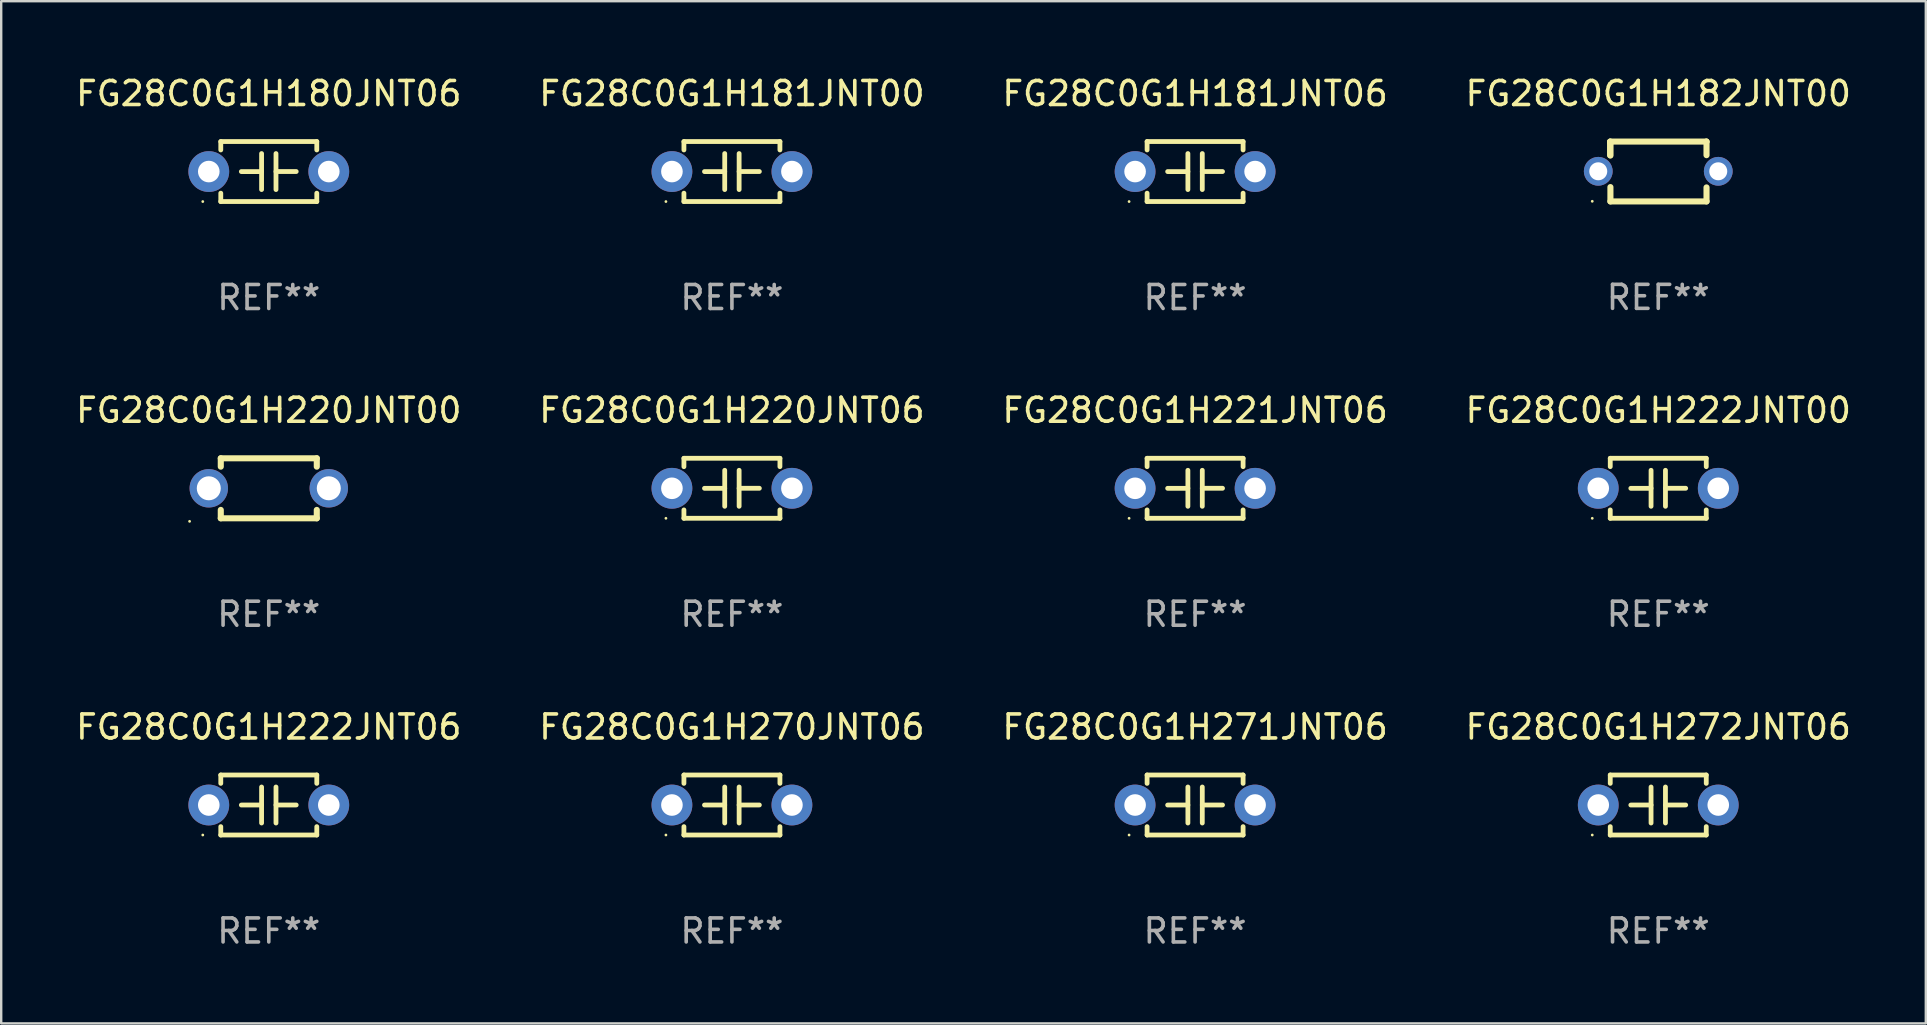
<source format=kicad_pcb>
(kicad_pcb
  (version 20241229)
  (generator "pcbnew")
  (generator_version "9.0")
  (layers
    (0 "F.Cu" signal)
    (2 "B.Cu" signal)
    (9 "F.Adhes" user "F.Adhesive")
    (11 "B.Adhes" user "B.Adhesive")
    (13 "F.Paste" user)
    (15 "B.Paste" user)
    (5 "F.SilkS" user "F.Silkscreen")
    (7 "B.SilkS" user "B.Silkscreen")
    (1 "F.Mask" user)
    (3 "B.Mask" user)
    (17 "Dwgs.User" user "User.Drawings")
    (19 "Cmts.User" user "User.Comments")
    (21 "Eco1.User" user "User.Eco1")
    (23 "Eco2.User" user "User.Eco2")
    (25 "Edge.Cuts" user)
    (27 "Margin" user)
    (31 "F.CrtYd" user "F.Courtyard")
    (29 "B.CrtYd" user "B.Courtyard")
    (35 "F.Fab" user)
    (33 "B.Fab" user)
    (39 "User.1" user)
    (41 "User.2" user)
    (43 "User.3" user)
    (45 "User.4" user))
  (footprint "FG28C0G1H181JNT06"
    (layer "F.Cu")
    (at 46.744 4.098)
    (property "Reference" "FG28C0G1H181JNT06" (at 0 -3.25 0) (layer "F.SilkS") (effects (font (size 1 1) (thickness 0.15))))
    (attr through_hole)
    (fp_line (start -2 -1.25) (end -2 -0.901) (stroke (width 0.2) (type solid)) (layer "F.SilkS"))
    (fp_line (start -2 -1.25) (end 2 -1.25) (stroke (width 0.2) (type solid)) (layer "F.SilkS"))
    (fp_line (start -2 0.901) (end -2 1.25) (stroke (width 0.2) (type solid)) (layer "F.SilkS"))
    (fp_line (start -0.3 -0.75) (end -0.3 0.75) (stroke (width 0.2) (type solid)) (layer "F.SilkS"))
    (fp_line (start -0.3 0.001) (end -1.143 0.001) (stroke (width 0.2) (type solid)) (layer "F.SilkS"))
    (fp_line (start 0.3 -0.001) (end 1.143 -0.001) (stroke (width 0.2) (type solid)) (layer "F.SilkS"))
    (fp_line (start 0.3 0.75) (end 0.3 -0.75) (stroke (width 0.2) (type solid)) (layer "F.SilkS"))
    (fp_line (start 2 -1.25) (end 2 -0.901) (stroke (width 0.2) (type solid)) (layer "F.SilkS"))
    (fp_line (start 2 0.901) (end 2 1.25) (stroke (width 0.2) (type solid)) (layer "F.SilkS"))
    (fp_line (start 2 1.25) (end -2 1.25) (stroke (width 0.2) (type solid)) (layer "F.SilkS"))
    (fp_circle (center -2.75 1.25) (end -2.72 1.25) (stroke (width 0.06) (type solid)) (fill no) (layer "F.SilkS"))
    (fp_text user "REF**" (at 0 5.25 0) (layer "F.Fab") (effects (font (size 1 1) (thickness 0.15))))
    (pad "1" thru_hole circle (at -2.5 0) (size 1.7 1.7) (drill 0.9) (layers "*.Cu" "*.Mask"))
    (pad "2" thru_hole circle (at 2.5 0) (size 1.7 1.7) (drill 0.9) (layers "*.Cu" "*.Mask")))
  (footprint "FG28C0G1H272JNT06"
    (layer "F.Cu")
    (at 66.042 30.491)
    (property "Reference" "FG28C0G1H272JNT06" (at 0 -3.25 0) (layer "F.SilkS") (effects (font (size 1 1) (thickness 0.15))))
    (attr through_hole)
    (fp_line (start -2 -1.25) (end -2 -0.901) (stroke (width 0.2) (type solid)) (layer "F.SilkS"))
    (fp_line (start -2 -1.25) (end 2 -1.25) (stroke (width 0.2) (type solid)) (layer "F.SilkS"))
    (fp_line (start -2 0.901) (end -2 1.25) (stroke (width 0.2) (type solid)) (layer "F.SilkS"))
    (fp_line (start -0.3 -0.75) (end -0.3 0.75) (stroke (width 0.2) (type solid)) (layer "F.SilkS"))
    (fp_line (start -0.3 0.001) (end -1.143 0.001) (stroke (width 0.2) (type solid)) (layer "F.SilkS"))
    (fp_line (start 0.3 -0.001) (end 1.143 -0.001) (stroke (width 0.2) (type solid)) (layer "F.SilkS"))
    (fp_line (start 0.3 0.75) (end 0.3 -0.75) (stroke (width 0.2) (type solid)) (layer "F.SilkS"))
    (fp_line (start 2 -1.25) (end 2 -0.901) (stroke (width 0.2) (type solid)) (layer "F.SilkS"))
    (fp_line (start 2 0.901) (end 2 1.25) (stroke (width 0.2) (type solid)) (layer "F.SilkS"))
    (fp_line (start 2 1.25) (end -2 1.25) (stroke (width 0.2) (type solid)) (layer "F.SilkS"))
    (fp_circle (center -2.75 1.25) (end -2.72 1.25) (stroke (width 0.06) (type solid)) (fill no) (layer "F.SilkS"))
    (fp_text user "REF**" (at 0 5.25 0) (layer "F.Fab") (effects (font (size 1 1) (thickness 0.15))))
    (pad "1" thru_hole circle (at -2.5 0) (size 1.7 1.7) (drill 0.9) (layers "*.Cu" "*.Mask"))
    (pad "2" thru_hole circle (at 2.5 0) (size 1.7 1.7) (drill 0.9) (layers "*.Cu" "*.Mask")))
  (footprint "FG28C0G1H271JNT06"
    (layer "F.Cu")
    (at 46.744 30.491)
    (property "Reference" "FG28C0G1H271JNT06" (at 0 -3.25 0) (layer "F.SilkS") (effects (font (size 1 1) (thickness 0.15))))
    (attr through_hole)
    (fp_line (start -2 -1.25) (end -2 -0.901) (stroke (width 0.2) (type solid)) (layer "F.SilkS"))
    (fp_line (start -2 -1.25) (end 2 -1.25) (stroke (width 0.2) (type solid)) (layer "F.SilkS"))
    (fp_line (start -2 0.901) (end -2 1.25) (stroke (width 0.2) (type solid)) (layer "F.SilkS"))
    (fp_line (start -0.3 -0.75) (end -0.3 0.75) (stroke (width 0.2) (type solid)) (layer "F.SilkS"))
    (fp_line (start -0.3 0.001) (end -1.143 0.001) (stroke (width 0.2) (type solid)) (layer "F.SilkS"))
    (fp_line (start 0.3 -0.001) (end 1.143 -0.001) (stroke (width 0.2) (type solid)) (layer "F.SilkS"))
    (fp_line (start 0.3 0.75) (end 0.3 -0.75) (stroke (width 0.2) (type solid)) (layer "F.SilkS"))
    (fp_line (start 2 -1.25) (end 2 -0.901) (stroke (width 0.2) (type solid)) (layer "F.SilkS"))
    (fp_line (start 2 0.901) (end 2 1.25) (stroke (width 0.2) (type solid)) (layer "F.SilkS"))
    (fp_line (start 2 1.25) (end -2 1.25) (stroke (width 0.2) (type solid)) (layer "F.SilkS"))
    (fp_circle (center -2.75 1.25) (end -2.72 1.25) (stroke (width 0.06) (type solid)) (fill no) (layer "F.SilkS"))
    (fp_text user "REF**" (at 0 5.25 0) (layer "F.Fab") (effects (font (size 1 1) (thickness 0.15))))
    (pad "1" thru_hole circle (at -2.5 0) (size 1.7 1.7) (drill 0.9) (layers "*.Cu" "*.Mask"))
    (pad "2" thru_hole circle (at 2.5 0) (size 1.7 1.7) (drill 0.9) (layers "*.Cu" "*.Mask")))
  (footprint "FG28C0G1H181JNT00"
    (layer "F.Cu")
    (at 27.446 4.098)
    (property "Reference" "FG28C0G1H181JNT00" (at 0 -3.25 0) (layer "F.SilkS") (effects (font (size 1 1) (thickness 0.15))))
    (attr through_hole)
    (fp_line (start -2 -1.25) (end -2 -0.901) (stroke (width 0.2) (type solid)) (layer "F.SilkS"))
    (fp_line (start -2 -1.25) (end 2 -1.25) (stroke (width 0.2) (type solid)) (layer "F.SilkS"))
    (fp_line (start -2 0.901) (end -2 1.25) (stroke (width 0.2) (type solid)) (layer "F.SilkS"))
    (fp_line (start -0.3 -0.75) (end -0.3 0.75) (stroke (width 0.2) (type solid)) (layer "F.SilkS"))
    (fp_line (start -0.3 0.001) (end -1.143 0.001) (stroke (width 0.2) (type solid)) (layer "F.SilkS"))
    (fp_line (start 0.3 -0.001) (end 1.143 -0.001) (stroke (width 0.2) (type solid)) (layer "F.SilkS"))
    (fp_line (start 0.3 0.75) (end 0.3 -0.75) (stroke (width 0.2) (type solid)) (layer "F.SilkS"))
    (fp_line (start 2 -1.25) (end 2 -0.901) (stroke (width 0.2) (type solid)) (layer "F.SilkS"))
    (fp_line (start 2 0.901) (end 2 1.25) (stroke (width 0.2) (type solid)) (layer "F.SilkS"))
    (fp_line (start 2 1.25) (end -2 1.25) (stroke (width 0.2) (type solid)) (layer "F.SilkS"))
    (fp_circle (center -2.75 1.25) (end -2.72 1.25) (stroke (width 0.06) (type solid)) (fill no) (layer "F.SilkS"))
    (fp_text user "REF**" (at 0 5.25 0) (layer "F.Fab") (effects (font (size 1 1) (thickness 0.15))))
    (pad "1" thru_hole circle (at -2.5 0) (size 1.7 1.7) (drill 0.9) (layers "*.Cu" "*.Mask"))
    (pad "2" thru_hole circle (at 2.5 0) (size 1.7 1.7) (drill 0.9) (layers "*.Cu" "*.Mask")))
  (footprint "FG28C0G1H220JNT00"
    (layer "F.Cu")
    (at 8.149 17.295)
    (property "Reference" "FG28C0G1H220JNT00" (at 0 -3.25 0) (layer "F.SilkS") (effects (font (size 1 1) (thickness 0.15))))
    (attr through_hole)
    (fp_line (start -2 -1.25) (end -2 -0.901) (stroke (width 0.254) (type solid)) (layer "F.SilkS"))
    (fp_line (start -2 -1.25) (end 2 -1.25) (stroke (width 0.254) (type solid)) (layer "F.SilkS"))
    (fp_line (start -2 0.901) (end -2 1.25) (stroke (width 0.254) (type solid)) (layer "F.SilkS"))
    (fp_line (start 2 -1.25) (end 2 -0.901) (stroke (width 0.254) (type solid)) (layer "F.SilkS"))
    (fp_line (start 2 0.901) (end 2 1.25) (stroke (width 0.254) (type solid)) (layer "F.SilkS"))
    (fp_line (start 2 1.25) (end -2 1.25) (stroke (width 0.254) (type solid)) (layer "F.SilkS"))
    (fp_circle (center -3.3 1.377) (end -3.27 1.377) (stroke (width 0.06) (type solid)) (fill no) (layer "F.SilkS"))
    (fp_text user "REF**" (at 0 5.25 0) (layer "F.Fab") (effects (font (size 1 1) (thickness 0.15))))
    (pad "1" thru_hole circle (at -2.5 0) (size 1.6 1.6) (drill 1) (layers "*.Cu" "*.Mask"))
    (pad "2" thru_hole circle (at 2.5 0) (size 1.6 1.6) (drill 1) (layers "*.Cu" "*.Mask")))
  (footprint "FG28C0G1H222JNT00"
    (layer "F.Cu")
    (at 66.042 17.295)
    (property "Reference" "FG28C0G1H222JNT00" (at 0 -3.25 0) (layer "F.SilkS") (effects (font (size 1 1) (thickness 0.15))))
    (attr through_hole)
    (fp_line (start -2 -1.25) (end -2 -0.901) (stroke (width 0.2) (type solid)) (layer "F.SilkS"))
    (fp_line (start -2 -1.25) (end 2 -1.25) (stroke (width 0.2) (type solid)) (layer "F.SilkS"))
    (fp_line (start -2 0.901) (end -2 1.25) (stroke (width 0.2) (type solid)) (layer "F.SilkS"))
    (fp_line (start -0.3 -0.75) (end -0.3 0.75) (stroke (width 0.2) (type solid)) (layer "F.SilkS"))
    (fp_line (start -0.3 0.001) (end -1.143 0.001) (stroke (width 0.2) (type solid)) (layer "F.SilkS"))
    (fp_line (start 0.3 -0.001) (end 1.143 -0.001) (stroke (width 0.2) (type solid)) (layer "F.SilkS"))
    (fp_line (start 0.3 0.75) (end 0.3 -0.75) (stroke (width 0.2) (type solid)) (layer "F.SilkS"))
    (fp_line (start 2 -1.25) (end 2 -0.901) (stroke (width 0.2) (type solid)) (layer "F.SilkS"))
    (fp_line (start 2 0.901) (end 2 1.25) (stroke (width 0.2) (type solid)) (layer "F.SilkS"))
    (fp_line (start 2 1.25) (end -2 1.25) (stroke (width 0.2) (type solid)) (layer "F.SilkS"))
    (fp_circle (center -2.75 1.25) (end -2.72 1.25) (stroke (width 0.06) (type solid)) (fill no) (layer "F.SilkS"))
    (fp_text user "REF**" (at 0 5.25 0) (layer "F.Fab") (effects (font (size 1 1) (thickness 0.15))))
    (pad "1" thru_hole circle (at -2.5 0) (size 1.7 1.7) (drill 0.9) (layers "*.Cu" "*.Mask"))
    (pad "2" thru_hole circle (at 2.5 0) (size 1.7 1.7) (drill 0.9) (layers "*.Cu" "*.Mask")))
  (footprint "FG28C0G1H222JNT06"
    (layer "F.Cu")
    (at 8.149 30.491)
    (property "Reference" "FG28C0G1H222JNT06" (at 0 -3.25 0) (layer "F.SilkS") (effects (font (size 1 1) (thickness 0.15))))
    (attr through_hole)
    (fp_line (start -2 -1.25) (end -2 -0.901) (stroke (width 0.2) (type solid)) (layer "F.SilkS"))
    (fp_line (start -2 -1.25) (end 2 -1.25) (stroke (width 0.2) (type solid)) (layer "F.SilkS"))
    (fp_line (start -2 0.901) (end -2 1.25) (stroke (width 0.2) (type solid)) (layer "F.SilkS"))
    (fp_line (start -0.3 -0.75) (end -0.3 0.75) (stroke (width 0.2) (type solid)) (layer "F.SilkS"))
    (fp_line (start -0.3 0.001) (end -1.143 0.001) (stroke (width 0.2) (type solid)) (layer "F.SilkS"))
    (fp_line (start 0.3 -0.001) (end 1.143 -0.001) (stroke (width 0.2) (type solid)) (layer "F.SilkS"))
    (fp_line (start 0.3 0.75) (end 0.3 -0.75) (stroke (width 0.2) (type solid)) (layer "F.SilkS"))
    (fp_line (start 2 -1.25) (end 2 -0.901) (stroke (width 0.2) (type solid)) (layer "F.SilkS"))
    (fp_line (start 2 0.901) (end 2 1.25) (stroke (width 0.2) (type solid)) (layer "F.SilkS"))
    (fp_line (start 2 1.25) (end -2 1.25) (stroke (width 0.2) (type solid)) (layer "F.SilkS"))
    (fp_circle (center -2.75 1.25) (end -2.72 1.25) (stroke (width 0.06) (type solid)) (fill no) (layer "F.SilkS"))
    (fp_text user "REF**" (at 0 5.25 0) (layer "F.Fab") (effects (font (size 1 1) (thickness 0.15))))
    (pad "1" thru_hole circle (at -2.5 0) (size 1.7 1.7) (drill 0.9) (layers "*.Cu" "*.Mask"))
    (pad "2" thru_hole circle (at 2.5 0) (size 1.7 1.7) (drill 0.9) (layers "*.Cu" "*.Mask")))
  (footprint "FG28C0G1H182JNT00"
    (layer "F.Cu")
    (at 66.042 4.095)
    (property "Reference" "FG28C0G1H182JNT00" (at 0 -3.247 0) (layer "F.SilkS") (effects (font (size 1 1) (thickness 0.15))))
    (attr through_hole)
    (fp_line (start -2.006 -1.24) (end -1.999 -1.247) (stroke (width 0.254) (type solid)) (layer "F.SilkS"))
    (fp_line (start -2.006 -0.676) (end -2.006 -1.24) (stroke (width 0.254) (type solid)) (layer "F.SilkS"))
    (fp_line (start -1.999 -1.247) (end 2.005 -1.247) (stroke (width 0.254) (type solid)) (layer "F.SilkS"))
    (fp_line (start -1.993 -1.186) (end -2.006 -1.2) (stroke (width 0.254) (type solid)) (layer "F.SilkS"))
    (fp_line (start -1.993 -0.665) (end -1.993 -1.186) (stroke (width 0.254) (type solid)) (layer "F.SilkS"))
    (fp_line (start -1.993 1.247) (end -1.993 0.65) (stroke (width 0.254) (type solid)) (layer "F.SilkS"))
    (fp_line (start 2.005 -1.247) (end 2.011 -1.24) (stroke (width 0.254) (type solid)) (layer "F.SilkS"))
    (fp_line (start 2.011 -1.24) (end 2.011 -0.68) (stroke (width 0.254) (type solid)) (layer "F.SilkS"))
    (fp_line (start 2.011 0.664) (end 2.011 1.247) (stroke (width 0.254) (type solid)) (layer "F.SilkS"))
    (fp_line (start 2.011 1.247) (end -1.993 1.247) (stroke (width 0.254) (type solid)) (layer "F.SilkS"))
    (fp_circle (center -2.75 1.242) (end -2.72 1.242) (stroke (width 0.06) (type solid)) (fill no) (layer "F.SilkS"))
    (fp_text user "REF**" (at 0 5.247 0) (layer "F.Fab") (effects (font (size 1 1) (thickness 0.15))))
    (pad "1" thru_hole circle (at -2.5 -0.008) (size 1.2 1.2) (drill 0.75) (layers "*.Cu" "*.Mask"))
    (pad "2" thru_hole circle (at 2.5 -0.008) (size 1.2 1.2) (drill 0.75) (layers "*.Cu" "*.Mask")))
  (footprint "FG28C0G1H221JNT06"
    (layer "F.Cu")
    (at 46.744 17.295)
    (property "Reference" "FG28C0G1H221JNT06" (at 0 -3.25 0) (layer "F.SilkS") (effects (font (size 1 1) (thickness 0.15))))
    (attr through_hole)
    (fp_line (start -2 -1.25) (end -2 -0.901) (stroke (width 0.2) (type solid)) (layer "F.SilkS"))
    (fp_line (start -2 -1.25) (end 2 -1.25) (stroke (width 0.2) (type solid)) (layer "F.SilkS"))
    (fp_line (start -2 0.901) (end -2 1.25) (stroke (width 0.2) (type solid)) (layer "F.SilkS"))
    (fp_line (start -0.3 -0.75) (end -0.3 0.75) (stroke (width 0.2) (type solid)) (layer "F.SilkS"))
    (fp_line (start -0.3 0.001) (end -1.143 0.001) (stroke (width 0.2) (type solid)) (layer "F.SilkS"))
    (fp_line (start 0.3 -0.001) (end 1.143 -0.001) (stroke (width 0.2) (type solid)) (layer "F.SilkS"))
    (fp_line (start 0.3 0.75) (end 0.3 -0.75) (stroke (width 0.2) (type solid)) (layer "F.SilkS"))
    (fp_line (start 2 -1.25) (end 2 -0.901) (stroke (width 0.2) (type solid)) (layer "F.SilkS"))
    (fp_line (start 2 0.901) (end 2 1.25) (stroke (width 0.2) (type solid)) (layer "F.SilkS"))
    (fp_line (start 2 1.25) (end -2 1.25) (stroke (width 0.2) (type solid)) (layer "F.SilkS"))
    (fp_circle (center -2.75 1.25) (end -2.72 1.25) (stroke (width 0.06) (type solid)) (fill no) (layer "F.SilkS"))
    (fp_text user "REF**" (at 0 5.25 0) (layer "F.Fab") (effects (font (size 1 1) (thickness 0.15))))
    (pad "1" thru_hole circle (at -2.5 0) (size 1.7 1.7) (drill 0.9) (layers "*.Cu" "*.Mask"))
    (pad "2" thru_hole circle (at 2.5 0) (size 1.7 1.7) (drill 0.9) (layers "*.Cu" "*.Mask")))
  (footprint "FG28C0G1H270JNT06"
    (layer "F.Cu")
    (at 27.446 30.491)
    (property "Reference" "FG28C0G1H270JNT06" (at 0 -3.25 0) (layer "F.SilkS") (effects (font (size 1 1) (thickness 0.15))))
    (attr through_hole)
    (fp_line (start -2 -1.25) (end -2 -0.901) (stroke (width 0.2) (type solid)) (layer "F.SilkS"))
    (fp_line (start -2 -1.25) (end 2 -1.25) (stroke (width 0.2) (type solid)) (layer "F.SilkS"))
    (fp_line (start -2 0.901) (end -2 1.25) (stroke (width 0.2) (type solid)) (layer "F.SilkS"))
    (fp_line (start -0.3 -0.75) (end -0.3 0.75) (stroke (width 0.2) (type solid)) (layer "F.SilkS"))
    (fp_line (start -0.3 0.001) (end -1.143 0.001) (stroke (width 0.2) (type solid)) (layer "F.SilkS"))
    (fp_line (start 0.3 -0.001) (end 1.143 -0.001) (stroke (width 0.2) (type solid)) (layer "F.SilkS"))
    (fp_line (start 0.3 0.75) (end 0.3 -0.75) (stroke (width 0.2) (type solid)) (layer "F.SilkS"))
    (fp_line (start 2 -1.25) (end 2 -0.901) (stroke (width 0.2) (type solid)) (layer "F.SilkS"))
    (fp_line (start 2 0.901) (end 2 1.25) (stroke (width 0.2) (type solid)) (layer "F.SilkS"))
    (fp_line (start 2 1.25) (end -2 1.25) (stroke (width 0.2) (type solid)) (layer "F.SilkS"))
    (fp_circle (center -2.75 1.25) (end -2.72 1.25) (stroke (width 0.06) (type solid)) (fill no) (layer "F.SilkS"))
    (fp_text user "REF**" (at 0 5.25 0) (layer "F.Fab") (effects (font (size 1 1) (thickness 0.15))))
    (pad "1" thru_hole circle (at -2.5 0) (size 1.7 1.7) (drill 0.9) (layers "*.Cu" "*.Mask"))
    (pad "2" thru_hole circle (at 2.5 0) (size 1.7 1.7) (drill 0.9) (layers "*.Cu" "*.Mask")))
  (footprint "FG28C0G1H220JNT06"
    (layer "F.Cu")
    (at 27.446 17.295)
    (property "Reference" "FG28C0G1H220JNT06" (at 0 -3.25 0) (layer "F.SilkS") (effects (font (size 1 1) (thickness 0.15))))
    (attr through_hole)
    (fp_line (start -2 -1.25) (end -2 -0.901) (stroke (width 0.2) (type solid)) (layer "F.SilkS"))
    (fp_line (start -2 -1.25) (end 2 -1.25) (stroke (width 0.2) (type solid)) (layer "F.SilkS"))
    (fp_line (start -2 0.901) (end -2 1.25) (stroke (width 0.2) (type solid)) (layer "F.SilkS"))
    (fp_line (start -0.3 -0.75) (end -0.3 0.75) (stroke (width 0.2) (type solid)) (layer "F.SilkS"))
    (fp_line (start -0.3 0.001) (end -1.143 0.001) (stroke (width 0.2) (type solid)) (layer "F.SilkS"))
    (fp_line (start 0.3 -0.001) (end 1.143 -0.001) (stroke (width 0.2) (type solid)) (layer "F.SilkS"))
    (fp_line (start 0.3 0.75) (end 0.3 -0.75) (stroke (width 0.2) (type solid)) (layer "F.SilkS"))
    (fp_line (start 2 -1.25) (end 2 -0.901) (stroke (width 0.2) (type solid)) (layer "F.SilkS"))
    (fp_line (start 2 0.901) (end 2 1.25) (stroke (width 0.2) (type solid)) (layer "F.SilkS"))
    (fp_line (start 2 1.25) (end -2 1.25) (stroke (width 0.2) (type solid)) (layer "F.SilkS"))
    (fp_circle (center -2.75 1.25) (end -2.72 1.25) (stroke (width 0.06) (type solid)) (fill no) (layer "F.SilkS"))
    (fp_text user "REF**" (at 0 5.25 0) (layer "F.Fab") (effects (font (size 1 1) (thickness 0.15))))
    (pad "1" thru_hole circle (at -2.5 0) (size 1.7 1.7) (drill 0.9) (layers "*.Cu" "*.Mask"))
    (pad "2" thru_hole circle (at 2.5 0) (size 1.7 1.7) (drill 0.9) (layers "*.Cu" "*.Mask")))
  (footprint "FG28C0G1H180JNT06"
    (layer "F.Cu")
    (at 8.149 4.098)
    (property "Reference" "FG28C0G1H180JNT06" (at 0 -3.25 0) (layer "F.SilkS") (effects (font (size 1 1) (thickness 0.15))))
    (attr through_hole)
    (fp_line (start -2 -1.25) (end -2 -0.901) (stroke (width 0.2) (type solid)) (layer "F.SilkS"))
    (fp_line (start -2 -1.25) (end 2 -1.25) (stroke (width 0.2) (type solid)) (layer "F.SilkS"))
    (fp_line (start -2 0.901) (end -2 1.25) (stroke (width 0.2) (type solid)) (layer "F.SilkS"))
    (fp_line (start -0.3 -0.75) (end -0.3 0.75) (stroke (width 0.2) (type solid)) (layer "F.SilkS"))
    (fp_line (start -0.3 0.001) (end -1.143 0.001) (stroke (width 0.2) (type solid)) (layer "F.SilkS"))
    (fp_line (start 0.3 -0.001) (end 1.143 -0.001) (stroke (width 0.2) (type solid)) (layer "F.SilkS"))
    (fp_line (start 0.3 0.75) (end 0.3 -0.75) (stroke (width 0.2) (type solid)) (layer "F.SilkS"))
    (fp_line (start 2 -1.25) (end 2 -0.901) (stroke (width 0.2) (type solid)) (layer "F.SilkS"))
    (fp_line (start 2 0.901) (end 2 1.25) (stroke (width 0.2) (type solid)) (layer "F.SilkS"))
    (fp_line (start 2 1.25) (end -2 1.25) (stroke (width 0.2) (type solid)) (layer "F.SilkS"))
    (fp_circle (center -2.75 1.25) (end -2.72 1.25) (stroke (width 0.06) (type solid)) (fill no) (layer "F.SilkS"))
    (fp_text user "REF**" (at 0 5.25 0) (layer "F.Fab") (effects (font (size 1 1) (thickness 0.15))))
    (pad "1" thru_hole circle (at -2.5 0) (size 1.7 1.7) (drill 0.9) (layers "*.Cu" "*.Mask"))
    (pad "2" thru_hole circle (at 2.5 0) (size 1.7 1.7) (drill 0.9) (layers "*.Cu" "*.Mask")))
  (gr_rect
    (start -3 -3)
    (end 77.19 39.59)
    (stroke (width 0.1) (type default))
    (fill no)
    (layer "Edge.Cuts")))
</source>
